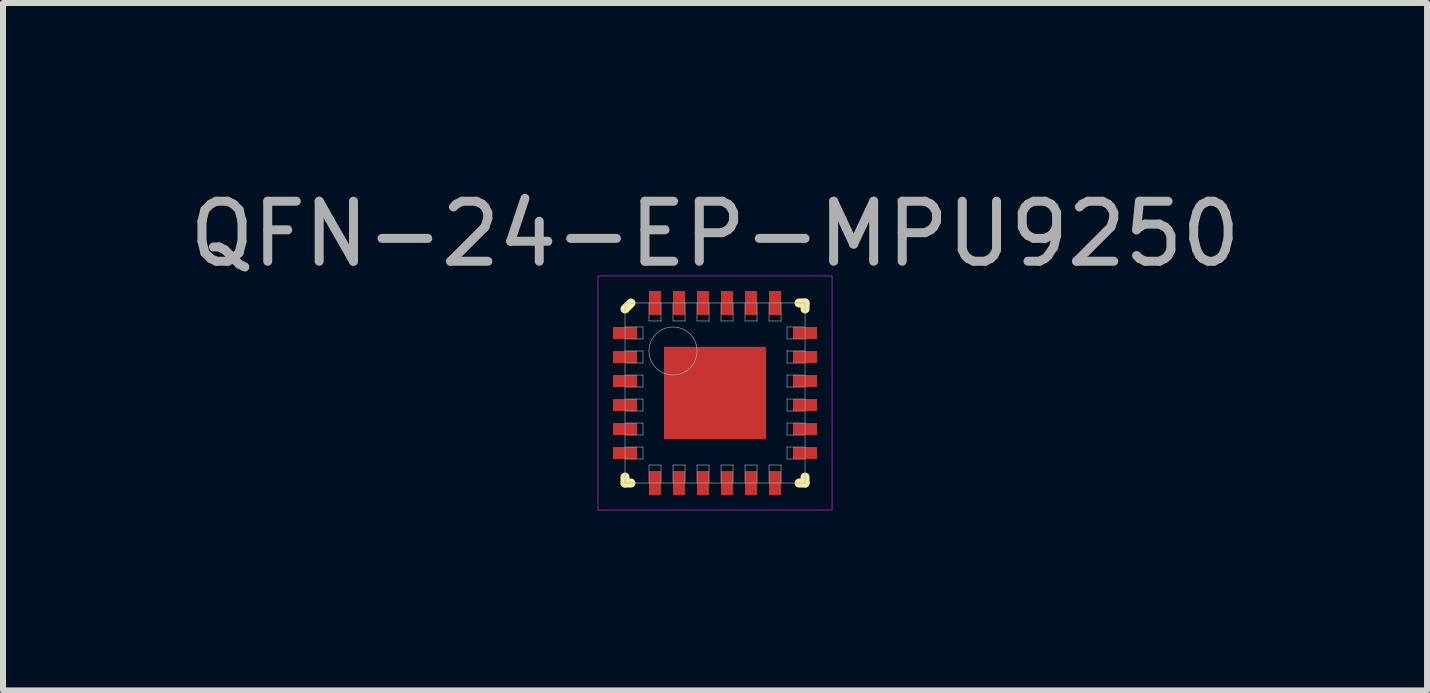
<source format=kicad_pcb>
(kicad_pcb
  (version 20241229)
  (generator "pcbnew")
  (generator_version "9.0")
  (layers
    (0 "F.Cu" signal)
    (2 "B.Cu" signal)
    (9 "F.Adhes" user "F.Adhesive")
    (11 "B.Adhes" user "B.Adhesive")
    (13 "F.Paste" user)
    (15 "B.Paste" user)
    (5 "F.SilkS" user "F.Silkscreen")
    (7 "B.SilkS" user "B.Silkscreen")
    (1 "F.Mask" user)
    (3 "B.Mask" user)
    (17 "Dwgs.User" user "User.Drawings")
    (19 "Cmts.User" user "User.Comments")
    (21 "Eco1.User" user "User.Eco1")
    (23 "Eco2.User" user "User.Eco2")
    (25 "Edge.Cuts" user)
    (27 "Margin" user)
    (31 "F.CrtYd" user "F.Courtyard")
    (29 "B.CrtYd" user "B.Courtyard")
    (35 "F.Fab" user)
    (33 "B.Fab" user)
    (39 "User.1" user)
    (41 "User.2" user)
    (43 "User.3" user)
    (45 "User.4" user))
  (footprint "QFN-24-EP-MPU9250"
    (layer "F.Cu")
    (at 8.863 3.498)
    (property "Reference" "QFN-24-EP-MPU9250" (at 0 -2.65 0) (layer "F.Fab") (effects (font (size 1 1) (thickness 0.15))))
    (attr through_hole)
    (fp_line (start -1.5 -1.4) (end -1.4 -1.5) (stroke (width 0.15) (type solid)) (layer "F.SilkS"))
    (fp_line (start -1.5 1.5) (end -1.5 1.4) (stroke (width 0.15) (type solid)) (layer "F.SilkS"))
    (fp_line (start -1.4 1.5) (end -1.5 1.5) (stroke (width 0.15) (type solid)) (layer "F.SilkS"))
    (fp_line (start 1.4 -1.5) (end 1.5 -1.5) (stroke (width 0.15) (type solid)) (layer "F.SilkS"))
    (fp_line (start 1.4 1.5) (end 1.5 1.5) (stroke (width 0.15) (type solid)) (layer "F.SilkS"))
    (fp_line (start 1.5 -1.5) (end 1.5 -1.4) (stroke (width 0.15) (type solid)) (layer "F.SilkS"))
    (fp_line (start 1.5 1.5) (end 1.5 1.4) (stroke (width 0.15) (type solid)) (layer "F.SilkS"))
    (fp_line (start -1.95 -1.95) (end 1.95 -1.95) (stroke (width 0.01) (type solid)) (layer "F.CrtYd"))
    (fp_line (start -1.95 1.95) (end -1.95 -1.95) (stroke (width 0.01) (type solid)) (layer "F.CrtYd"))
    (fp_line (start 1.95 -1.95) (end 1.95 1.95) (stroke (width 0.01) (type solid)) (layer "F.CrtYd"))
    (fp_line (start 1.95 1.95) (end -1.95 1.95) (stroke (width 0.01) (type solid)) (layer "F.CrtYd"))
    (fp_line (start -1.5 -1.5) (end 1.5 -1.5) (stroke (width 0.01) (type solid)) (layer "F.Fab"))
    (fp_line (start -1.5 -0.9) (end -1.2 -0.9) (stroke (width 0.01) (type solid)) (layer "F.Fab"))
    (fp_line (start -1.5 -0.5) (end -1.2 -0.5) (stroke (width 0.01) (type solid)) (layer "F.Fab"))
    (fp_line (start -1.5 -0.1) (end -1.2 -0.1) (stroke (width 0.01) (type solid)) (layer "F.Fab"))
    (fp_line (start -1.5 0.3) (end -1.2 0.3) (stroke (width 0.01) (type solid)) (layer "F.Fab"))
    (fp_line (start -1.5 0.7) (end -1.2 0.7) (stroke (width 0.01) (type solid)) (layer "F.Fab"))
    (fp_line (start -1.5 1.1) (end -1.2 1.1) (stroke (width 0.01) (type solid)) (layer "F.Fab"))
    (fp_line (start -1.5 1.5) (end -1.5 -1.5) (stroke (width 0.01) (type solid)) (layer "F.Fab"))
    (fp_line (start -1.2 -1.1) (end -1.5 -1.1) (stroke (width 0.01) (type solid)) (layer "F.Fab"))
    (fp_line (start -1.2 -0.9) (end -1.2 -1.1) (stroke (width 0.01) (type solid)) (layer "F.Fab"))
    (fp_line (start -1.2 -0.7) (end -1.5 -0.7) (stroke (width 0.01) (type solid)) (layer "F.Fab"))
    (fp_line (start -1.2 -0.5) (end -1.2 -0.7) (stroke (width 0.01) (type solid)) (layer "F.Fab"))
    (fp_line (start -1.2 -0.3) (end -1.5 -0.3) (stroke (width 0.01) (type solid)) (layer "F.Fab"))
    (fp_line (start -1.2 -0.1) (end -1.2 -0.3) (stroke (width 0.01) (type solid)) (layer "F.Fab"))
    (fp_line (start -1.2 0.1) (end -1.5 0.1) (stroke (width 0.01) (type solid)) (layer "F.Fab"))
    (fp_line (start -1.2 0.3) (end -1.2 0.1) (stroke (width 0.01) (type solid)) (layer "F.Fab"))
    (fp_line (start -1.2 0.5) (end -1.5 0.5) (stroke (width 0.01) (type solid)) (layer "F.Fab"))
    (fp_line (start -1.2 0.7) (end -1.2 0.5) (stroke (width 0.01) (type solid)) (layer "F.Fab"))
    (fp_line (start -1.2 0.9) (end -1.5 0.9) (stroke (width 0.01) (type solid)) (layer "F.Fab"))
    (fp_line (start -1.2 1.1) (end -1.2 0.9) (stroke (width 0.01) (type solid)) (layer "F.Fab"))
    (fp_line (start -1.1 -1.5) (end -1.1 -1.2) (stroke (width 0.01) (type solid)) (layer "F.Fab"))
    (fp_line (start -1.1 -1.2) (end -0.9 -1.2) (stroke (width 0.01) (type solid)) (layer "F.Fab"))
    (fp_line (start -1.1 1.2) (end -1.1 1.5) (stroke (width 0.01) (type solid)) (layer "F.Fab"))
    (fp_line (start -0.9 -1.2) (end -0.9 -1.5) (stroke (width 0.01) (type solid)) (layer "F.Fab"))
    (fp_line (start -0.9 1.2) (end -1.1 1.2) (stroke (width 0.01) (type solid)) (layer "F.Fab"))
    (fp_line (start -0.9 1.5) (end -0.9 1.2) (stroke (width 0.01) (type solid)) (layer "F.Fab"))
    (fp_line (start -0.7 -1.5) (end -0.7 -1.2) (stroke (width 0.01) (type solid)) (layer "F.Fab"))
    (fp_line (start -0.7 -1.2) (end -0.5 -1.2) (stroke (width 0.01) (type solid)) (layer "F.Fab"))
    (fp_line (start -0.7 1.2) (end -0.7 1.5) (stroke (width 0.01) (type solid)) (layer "F.Fab"))
    (fp_line (start -0.5 -1.2) (end -0.5 -1.5) (stroke (width 0.01) (type solid)) (layer "F.Fab"))
    (fp_line (start -0.5 1.2) (end -0.7 1.2) (stroke (width 0.01) (type solid)) (layer "F.Fab"))
    (fp_line (start -0.5 1.5) (end -0.5 1.2) (stroke (width 0.01) (type solid)) (layer "F.Fab"))
    (fp_line (start -0.3 -1.5) (end -0.3 -1.2) (stroke (width 0.01) (type solid)) (layer "F.Fab"))
    (fp_line (start -0.3 -1.2) (end -0.1 -1.2) (stroke (width 0.01) (type solid)) (layer "F.Fab"))
    (fp_line (start -0.3 1.2) (end -0.3 1.5) (stroke (width 0.01) (type solid)) (layer "F.Fab"))
    (fp_line (start -0.1 -1.2) (end -0.1 -1.5) (stroke (width 0.01) (type solid)) (layer "F.Fab"))
    (fp_line (start -0.1 1.2) (end -0.3 1.2) (stroke (width 0.01) (type solid)) (layer "F.Fab"))
    (fp_line (start -0.1 1.5) (end -0.1 1.2) (stroke (width 0.01) (type solid)) (layer "F.Fab"))
    (fp_line (start 0.1 -1.5) (end 0.1 -1.2) (stroke (width 0.01) (type solid)) (layer "F.Fab"))
    (fp_line (start 0.1 -1.2) (end 0.3 -1.2) (stroke (width 0.01) (type solid)) (layer "F.Fab"))
    (fp_line (start 0.1 1.2) (end 0.1 1.5) (stroke (width 0.01) (type solid)) (layer "F.Fab"))
    (fp_line (start 0.3 -1.2) (end 0.3 -1.5) (stroke (width 0.01) (type solid)) (layer "F.Fab"))
    (fp_line (start 0.3 1.2) (end 0.1 1.2) (stroke (width 0.01) (type solid)) (layer "F.Fab"))
    (fp_line (start 0.3 1.5) (end 0.3 1.2) (stroke (width 0.01) (type solid)) (layer "F.Fab"))
    (fp_line (start 0.5 -1.5) (end 0.5 -1.2) (stroke (width 0.01) (type solid)) (layer "F.Fab"))
    (fp_line (start 0.5 -1.2) (end 0.7 -1.2) (stroke (width 0.01) (type solid)) (layer "F.Fab"))
    (fp_line (start 0.5 1.2) (end 0.5 1.5) (stroke (width 0.01) (type solid)) (layer "F.Fab"))
    (fp_line (start 0.7 -1.2) (end 0.7 -1.5) (stroke (width 0.01) (type solid)) (layer "F.Fab"))
    (fp_line (start 0.7 1.2) (end 0.5 1.2) (stroke (width 0.01) (type solid)) (layer "F.Fab"))
    (fp_line (start 0.7 1.5) (end 0.7 1.2) (stroke (width 0.01) (type solid)) (layer "F.Fab"))
    (fp_line (start 0.9 -1.5) (end 0.9 -1.2) (stroke (width 0.01) (type solid)) (layer "F.Fab"))
    (fp_line (start 0.9 -1.2) (end 1.1 -1.2) (stroke (width 0.01) (type solid)) (layer "F.Fab"))
    (fp_line (start 0.9 1.2) (end 0.9 1.5) (stroke (width 0.01) (type solid)) (layer "F.Fab"))
    (fp_line (start 1.1 -1.2) (end 1.1 -1.5) (stroke (width 0.01) (type solid)) (layer "F.Fab"))
    (fp_line (start 1.1 1.2) (end 0.9 1.2) (stroke (width 0.01) (type solid)) (layer "F.Fab"))
    (fp_line (start 1.1 1.5) (end 1.1 1.2) (stroke (width 0.01) (type solid)) (layer "F.Fab"))
    (fp_line (start 1.2 -1.1) (end 1.2 -0.9) (stroke (width 0.01) (type solid)) (layer "F.Fab"))
    (fp_line (start 1.2 -0.9) (end 1.5 -0.9) (stroke (width 0.01) (type solid)) (layer "F.Fab"))
    (fp_line (start 1.2 -0.7) (end 1.2 -0.5) (stroke (width 0.01) (type solid)) (layer "F.Fab"))
    (fp_line (start 1.2 -0.5) (end 1.5 -0.5) (stroke (width 0.01) (type solid)) (layer "F.Fab"))
    (fp_line (start 1.2 -0.3) (end 1.2 -0.1) (stroke (width 0.01) (type solid)) (layer "F.Fab"))
    (fp_line (start 1.2 -0.1) (end 1.5 -0.1) (stroke (width 0.01) (type solid)) (layer "F.Fab"))
    (fp_line (start 1.2 0.1) (end 1.2 0.3) (stroke (width 0.01) (type solid)) (layer "F.Fab"))
    (fp_line (start 1.2 0.3) (end 1.5 0.3) (stroke (width 0.01) (type solid)) (layer "F.Fab"))
    (fp_line (start 1.2 0.5) (end 1.2 0.7) (stroke (width 0.01) (type solid)) (layer "F.Fab"))
    (fp_line (start 1.2 0.7) (end 1.5 0.7) (stroke (width 0.01) (type solid)) (layer "F.Fab"))
    (fp_line (start 1.2 0.9) (end 1.2 1.1) (stroke (width 0.01) (type solid)) (layer "F.Fab"))
    (fp_line (start 1.2 1.1) (end 1.5 1.1) (stroke (width 0.01) (type solid)) (layer "F.Fab"))
    (fp_line (start 1.5 -1.5) (end 1.5 1.5) (stroke (width 0.01) (type solid)) (layer "F.Fab"))
    (fp_line (start 1.5 -1.1) (end 1.2 -1.1) (stroke (width 0.01) (type solid)) (layer "F.Fab"))
    (fp_line (start 1.5 -0.7) (end 1.2 -0.7) (stroke (width 0.01) (type solid)) (layer "F.Fab"))
    (fp_line (start 1.5 -0.3) (end 1.2 -0.3) (stroke (width 0.01) (type solid)) (layer "F.Fab"))
    (fp_line (start 1.5 0.1) (end 1.2 0.1) (stroke (width 0.01) (type solid)) (layer "F.Fab"))
    (fp_line (start 1.5 0.5) (end 1.2 0.5) (stroke (width 0.01) (type solid)) (layer "F.Fab"))
    (fp_line (start 1.5 0.9) (end 1.2 0.9) (stroke (width 0.01) (type solid)) (layer "F.Fab"))
    (fp_line (start 1.5 1.5) (end -1.5 1.5) (stroke (width 0.01) (type solid)) (layer "F.Fab"))
    (fp_circle (center -0.7 -0.7) (end -0.7 -0.3) (stroke (width 0.01) (type solid)) (fill no) (layer "F.Fab"))
    (pad "1" smd rect (at -1.5 -1) (size 0.4 0.2) (layers "F.Cu" "F.Mask" "F.Paste"))
    (pad "2" smd rect (at -1.5 -0.6) (size 0.4 0.2) (layers "F.Cu" "F.Mask" "F.Paste"))
    (pad "3" smd rect (at -1.5 -0.2) (size 0.4 0.2) (layers "F.Cu" "F.Mask" "F.Paste"))
    (pad "4" smd rect (at -1.5 0.2) (size 0.4 0.2) (layers "F.Cu" "F.Mask" "F.Paste"))
    (pad "5" smd rect (at -1.5 0.6) (size 0.4 0.2) (layers "F.Cu" "F.Mask" "F.Paste"))
    (pad "6" smd rect (at -1.5 1) (size 0.4 0.2) (layers "F.Cu" "F.Mask" "F.Paste"))
    (pad "7" smd rect (at -1 1.5) (size 0.2 0.4) (layers "F.Cu" "F.Mask" "F.Paste"))
    (pad "8" smd rect (at -0.6 1.5) (size 0.2 0.4) (layers "F.Cu" "F.Mask" "F.Paste"))
    (pad "9" smd rect (at -0.2 1.5) (size 0.2 0.4) (layers "F.Cu" "F.Mask" "F.Paste"))
    (pad "10" smd rect (at 0.2 1.5) (size 0.2 0.4) (layers "F.Cu" "F.Mask" "F.Paste"))
    (pad "11" smd rect (at 0.6 1.5) (size 0.2 0.4) (layers "F.Cu" "F.Mask" "F.Paste"))
    (pad "12" smd rect (at 1 1.5) (size 0.2 0.4) (layers "F.Cu" "F.Mask" "F.Paste"))
    (pad "13" smd rect (at 1.5 1) (size 0.4 0.2) (layers "F.Cu" "F.Mask" "F.Paste"))
    (pad "14" smd rect (at 1.5 0.6) (size 0.4 0.2) (layers "F.Cu" "F.Mask" "F.Paste"))
    (pad "15" smd rect (at 1.5 0.2) (size 0.4 0.2) (layers "F.Cu" "F.Mask" "F.Paste"))
    (pad "16" smd rect (at 1.5 -0.2) (size 0.4 0.2) (layers "F.Cu" "F.Mask" "F.Paste"))
    (pad "17" smd rect (at 1.5 -0.6) (size 0.4 0.2) (layers "F.Cu" "F.Mask" "F.Paste"))
    (pad "18" smd rect (at 1.5 -1) (size 0.4 0.2) (layers "F.Cu" "F.Mask" "F.Paste"))
    (pad "19" smd rect (at 1 -1.5) (size 0.2 0.4) (layers "F.Cu" "F.Mask" "F.Paste"))
    (pad "20" smd rect (at 0.6 -1.5) (size 0.2 0.4) (layers "F.Cu" "F.Mask" "F.Paste"))
    (pad "21" smd rect (at 0.2 -1.5) (size 0.2 0.4) (layers "F.Cu" "F.Mask" "F.Paste"))
    (pad "22" smd rect (at -0.2 -1.5) (size 0.2 0.4) (layers "F.Cu" "F.Mask" "F.Paste"))
    (pad "23" smd rect (at -0.6 -1.5) (size 0.2 0.4) (layers "F.Cu" "F.Mask" "F.Paste"))
    (pad "24" smd rect (at -1 -1.5) (size 0.2 0.4) (layers "F.Cu" "F.Mask" "F.Paste"))
    (pad "EP" smd rect (at 0 0) (size 1.7 1.54) (layers "F.Cu" "F.Mask" "F.Paste")))
  (gr_rect
    (start -3 -3)
    (end 20.726 8.453)
    (stroke (width 0.1) (type default))
    (fill no)
    (layer "Edge.Cuts")))
</source>
